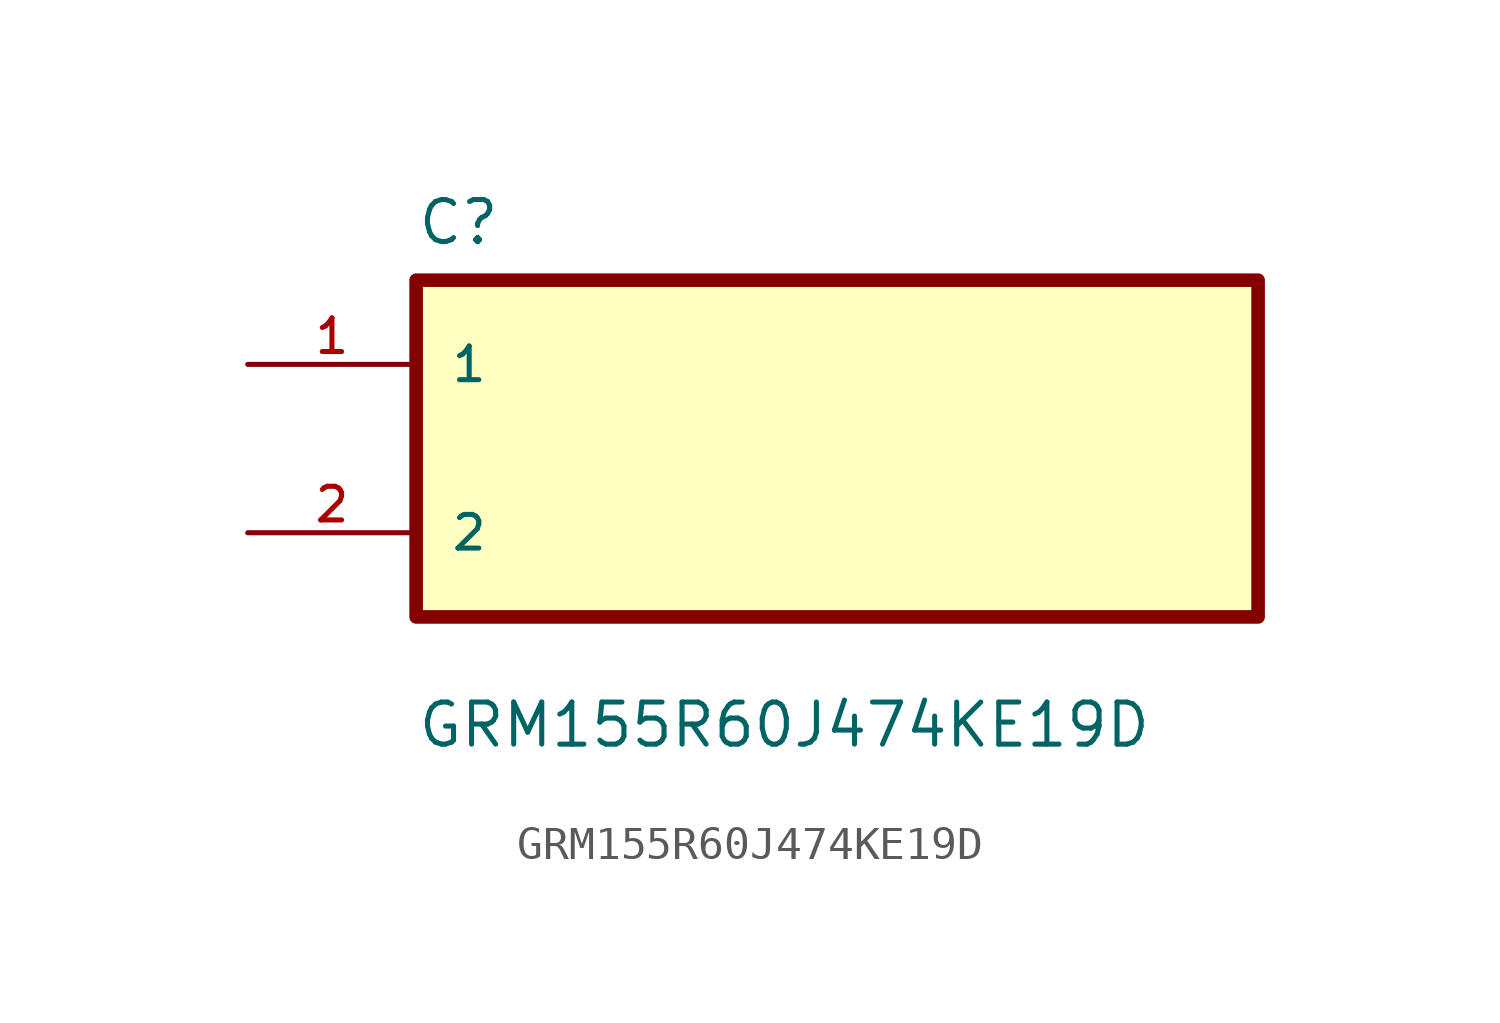
<source format=kicad_sym>
(kicad_symbol_lib
  (version 20211014)
  (generator kicad_symbol_editor)
  (symbol "GRM155R60J474KE19D"
    (pin_names
      (offset 1.016))
    (property "Reference" "C"
      (at -12.7 6.08 0.0)
      (effects (font (size 1.27 1.27)) (justify bottom left)))
    (property "Value" "GRM155R60J474KE19D"
      (at -12.7 -9.08 0.0)
      (effects (font (size 1.27 1.27)) (justify bottom left)))
    (symbol "GRM155R60J474KE19D_0_0"
      (rectangle (start -12.7 -5.08) (end 12.7 5.08) (stroke (width 0.41)) (fill (type background)))
      (pin bidirectional line (at -17.78 2.54 0) (length 5.08) (name "1" (effects (font (size 1.016 1.016)))) (number "1" (effects (font (size 1.016 1.016)))))
      (pin bidirectional line (at -17.78 -2.54 0) (length 5.08) (name "2" (effects (font (size 1.016 1.016)))) (number "2" (effects (font (size 1.016 1.016))))))))
</source>
